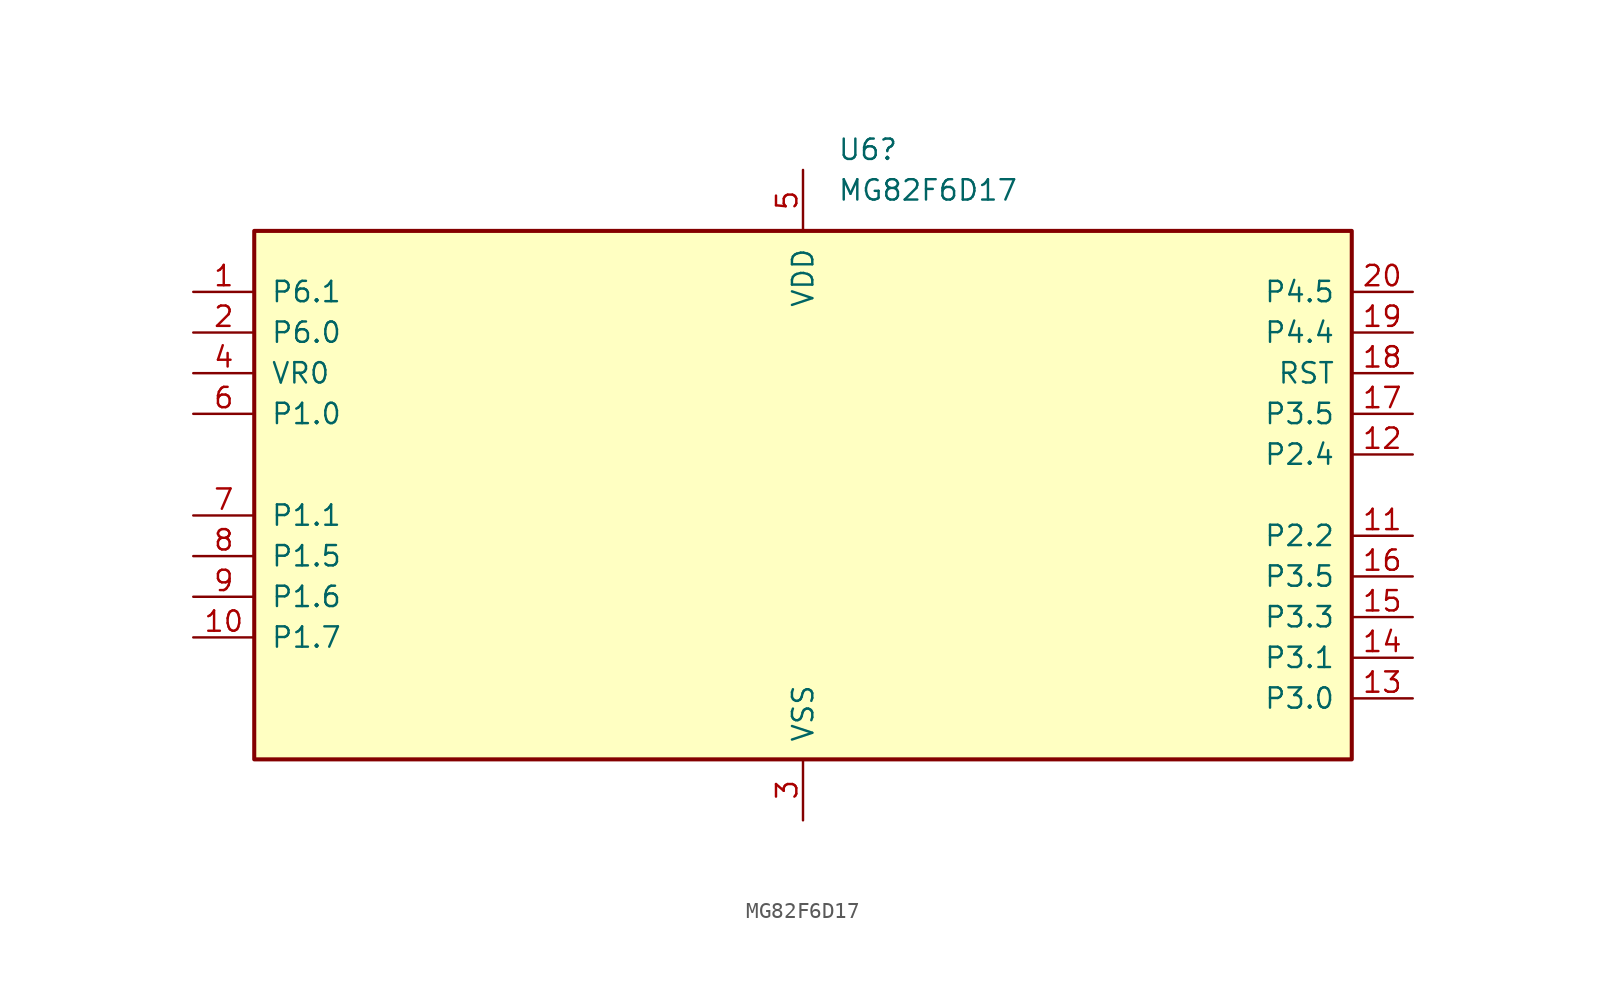
<source format=kicad_sym>
(kicad_symbol_lib
  (version 20241209)
  (generator "kicad_symbol_editor")
  (generator_version "9.0")
  (symbol "MG82F6D17"
    (pin_names
      (offset 1.016))
    (property "Reference" "U6"
      (at 2.143 21.59 0)
      (effects (font (size 1.27 1.27)) (justify left)))
    (property "Value" "MG82F6D17"
      (at 2.143 19.05 0)
      (effects (font (size 1.27 1.27)) (justify left)))
    (symbol "MG82F6D17_0_1"
      (rectangle (start -34.29 16.51) (end 34.29 -16.51) (stroke (width 0.254) (type default)) (fill (type background))))
    (symbol "MG82F6D17_1_1"
      (pin bidirectional line (at -38.1 12.7 0) (length 3.81) (name "P6.1" (effects (font (size 1.27 1.27)))) (number "1" (effects (font (size 1.27 1.27)))))
      (pin bidirectional line (at -38.1 10.16 0) (length 3.81) (name "P6.0" (effects (font (size 1.27 1.27)))) (number "2" (effects (font (size 1.27 1.27)))))
      (pin bidirectional line (at -38.1 7.62 0) (length 3.81) (name "VR0" (effects (font (size 1.27 1.27)))) (number "4" (effects (font (size 1.27 1.27)))))
      (pin bidirectional line (at -38.1 5.08 0) (length 3.81) (name "P1.0" (effects (font (size 1.27 1.27)))) (number "6" (effects (font (size 1.27 1.27)))))
      (pin bidirectional line (at -38.1 -1.27 0) (length 3.81) (name "P1.1" (effects (font (size 1.27 1.27)))) (number "7" (effects (font (size 1.27 1.27)))))
      (pin bidirectional line (at -38.1 -3.81 0) (length 3.81) (name "P1.5" (effects (font (size 1.27 1.27)))) (number "8" (effects (font (size 1.27 1.27)))))
      (pin bidirectional line (at -38.1 -6.35 0) (length 3.81) (name "P1.6" (effects (font (size 1.27 1.27)))) (number "9" (effects (font (size 1.27 1.27)))))
      (pin bidirectional line (at -38.1 -8.89 0) (length 3.81) (name "P1.7" (effects (font (size 1.27 1.27)))) (number "10" (effects (font (size 1.27 1.27)))))
      (pin power_in line (at 0 20.32 270) (length 3.81) (name "VDD" (effects (font (size 1.27 1.27)))) (number "5" (effects (font (size 1.27 1.27)))))
      (pin power_in line (at 0 -20.32 90) (length 3.81) (name "VSS" (effects (font (size 1.27 1.27)))) (number "3" (effects (font (size 1.27 1.27)))))
      (pin bidirectional line (at 38.1 12.7 180) (length 3.81) (name "P4.5" (effects (font (size 1.27 1.27)))) (number "20" (effects (font (size 1.27 1.27)))))
      (pin bidirectional line (at 38.1 10.16 180) (length 3.81) (name "P4.4" (effects (font (size 1.27 1.27)))) (number "19" (effects (font (size 1.27 1.27)))))
      (pin bidirectional line (at 38.1 7.62 180) (length 3.81) (name "RST" (effects (font (size 1.27 1.27)))) (number "18" (effects (font (size 1.27 1.27)))))
      (pin input line (at 38.1 5.08 180) (length 3.81) (name "P3.5" (effects (font (size 1.27 1.27)))) (number "17" (effects (font (size 1.27 1.27)))))
      (pin bidirectional line (at 38.1 2.54 180) (length 3.81) (name "P2.4" (effects (font (size 1.27 1.27)))) (number "12" (effects (font (size 1.27 1.27)))))
      (pin bidirectional line (at 38.1 -2.54 180) (length 3.81) (name "P2.2" (effects (font (size 1.27 1.27)))) (number "11" (effects (font (size 1.27 1.27)))))
      (pin bidirectional line (at 38.1 -5.08 180) (length 3.81) (name "P3.5" (effects (font (size 1.27 1.27)))) (number "16" (effects (font (size 1.27 1.27)))))
      (pin bidirectional line (at 38.1 -7.62 180) (length 3.81) (name "P3.3" (effects (font (size 1.27 1.27)))) (number "15" (effects (font (size 1.27 1.27)))))
      (pin bidirectional line (at 38.1 -10.16 180) (length 3.81) (name "P3.1" (effects (font (size 1.27 1.27)))) (number "14" (effects (font (size 1.27 1.27)))))
      (pin bidirectional line (at 38.1 -12.7 180) (length 3.81) (name "P3.0" (effects (font (size 1.27 1.27)))) (number "13" (effects (font (size 1.27 1.27))))))))
</source>
